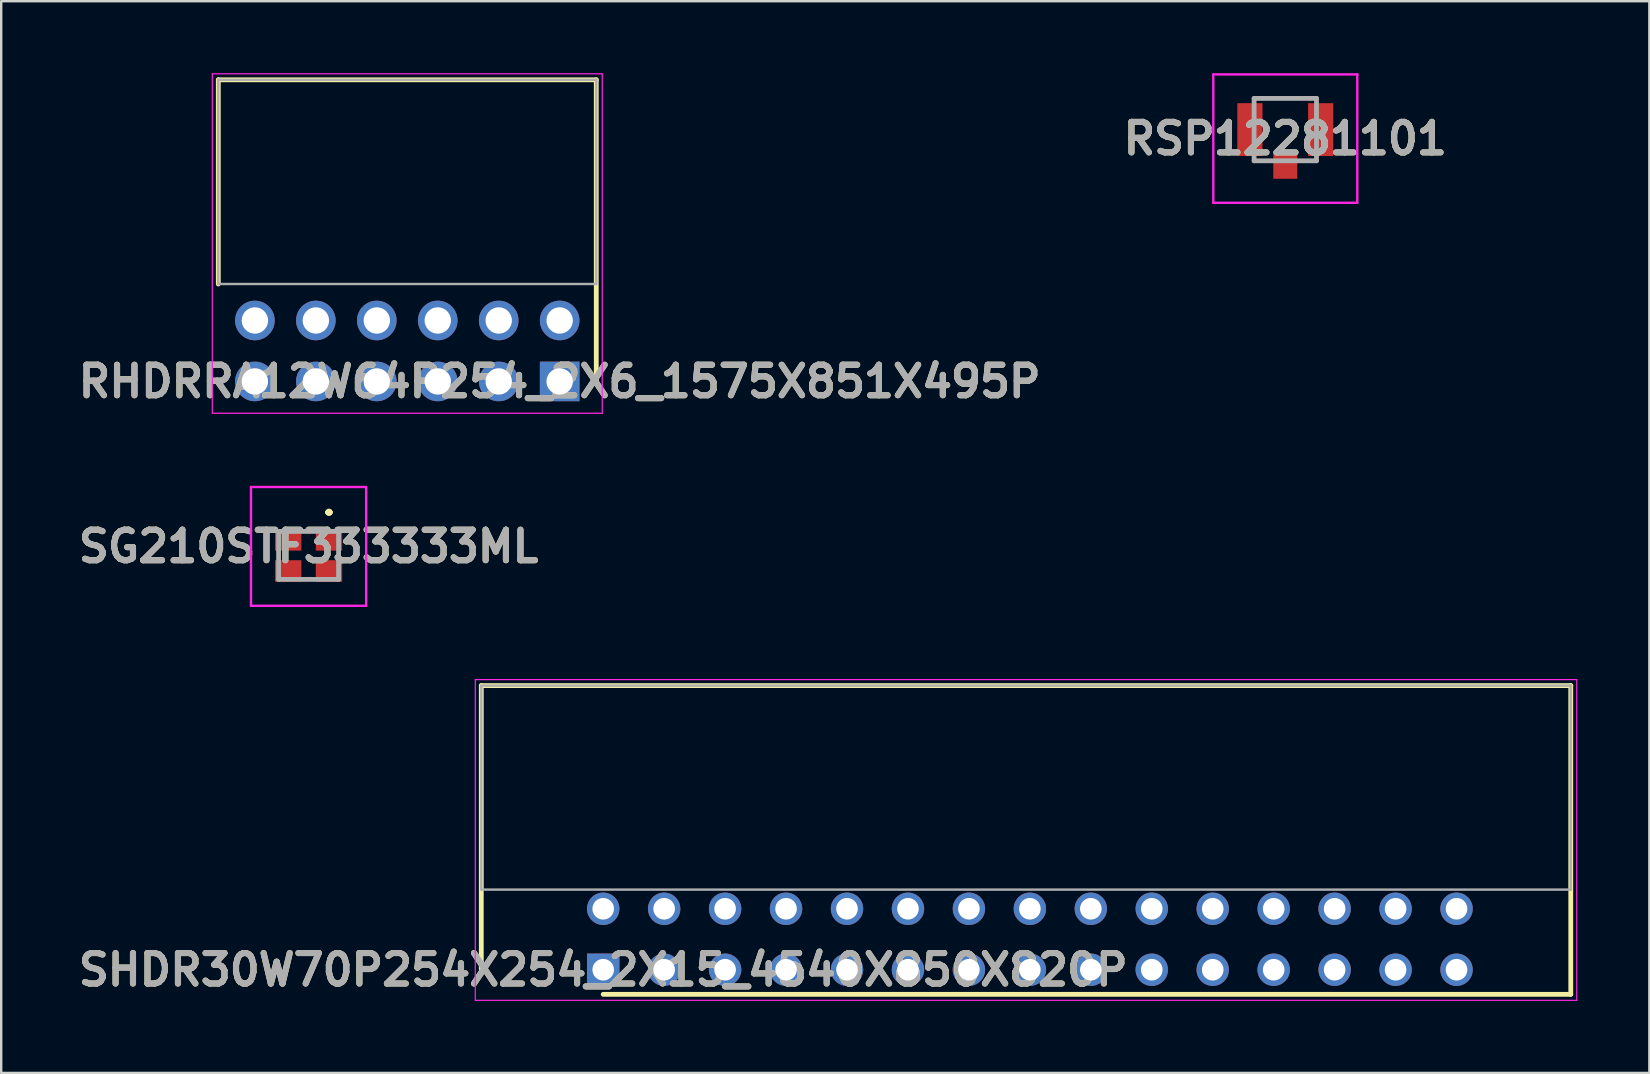
<source format=kicad_pcb>
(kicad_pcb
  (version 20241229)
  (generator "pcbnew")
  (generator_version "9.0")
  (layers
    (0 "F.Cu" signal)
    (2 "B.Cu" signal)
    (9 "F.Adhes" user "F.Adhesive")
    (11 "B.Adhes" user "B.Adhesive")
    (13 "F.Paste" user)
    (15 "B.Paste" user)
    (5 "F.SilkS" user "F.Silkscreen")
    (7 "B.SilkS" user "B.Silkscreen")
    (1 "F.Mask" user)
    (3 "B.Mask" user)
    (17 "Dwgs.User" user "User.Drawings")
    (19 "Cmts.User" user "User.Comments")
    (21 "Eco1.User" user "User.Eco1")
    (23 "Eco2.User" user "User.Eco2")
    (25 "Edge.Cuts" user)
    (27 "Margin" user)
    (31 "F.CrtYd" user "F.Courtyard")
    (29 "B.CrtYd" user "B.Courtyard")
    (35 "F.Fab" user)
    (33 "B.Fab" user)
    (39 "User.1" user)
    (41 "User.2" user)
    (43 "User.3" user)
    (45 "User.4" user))
  (footprint "SHDR30W70P254X254_2X15_4540X850X820P"
    (layer "F.Cu")
    (at 22.086 37.36)
    (property "Reference" "SHDR30W70P254X254_2X15_4540X850X820P" (at 0 0 0) (layer "F.SilkS") (effects (font (size 1.27 1.27) (thickness 0.254))))
    (attr through_hole)
    (fp_line (start -5.08 -11.84) (end -5.08 0) (stroke (width 0.2) (type solid)) (layer "F.SilkS"))
    (fp_line (start 0 1.025) (end 40.32 1.025) (stroke (width 0.2) (type solid)) (layer "F.SilkS"))
    (fp_line (start 40.32 -11.84) (end -5.08 -11.84) (stroke (width 0.2) (type solid)) (layer "F.SilkS"))
    (fp_line (start 40.32 1.025) (end 40.32 -11.84) (stroke (width 0.2) (type solid)) (layer "F.SilkS"))
    (fp_line (start -5.33 -12.09) (end 40.57 -12.09) (stroke (width 0.05) (type solid)) (layer "F.CrtYd"))
    (fp_line (start -5.33 1.275) (end -5.33 -12.09) (stroke (width 0.05) (type solid)) (layer "F.CrtYd"))
    (fp_line (start 40.57 -12.09) (end 40.57 1.275) (stroke (width 0.05) (type solid)) (layer "F.CrtYd"))
    (fp_line (start 40.57 1.275) (end -5.33 1.275) (stroke (width 0.05) (type solid)) (layer "F.CrtYd"))
    (fp_line (start -5.08 -11.84) (end 40.32 -11.84) (stroke (width 0.1) (type solid)) (layer "F.Fab"))
    (fp_line (start -5.08 -3.34) (end -5.08 -11.84) (stroke (width 0.1) (type solid)) (layer "F.Fab"))
    (fp_line (start 40.32 -11.84) (end 40.32 -3.34) (stroke (width 0.1) (type solid)) (layer "F.Fab"))
    (fp_line (start 40.32 -3.34) (end -5.08 -3.34) (stroke (width 0.1) (type solid)) (layer "F.Fab"))
    (fp_text user "${REFERENCE}" (at 0 0 0) (layer "F.Fab") (effects (font (size 1.27 1.27) (thickness 0.254))))
    (pad "1" thru_hole rect (at 0 0) (size 1.35 1.35) (drill 0.9) (layers "*.Cu" "*.Mask"))
    (pad "2" thru_hole circle (at 0 -2.54) (size 1.35 1.35) (drill 0.9) (layers "*.Cu" "*.Mask"))
    (pad "3" thru_hole circle (at 2.54 0) (size 1.35 1.35) (drill 0.9) (layers "*.Cu" "*.Mask"))
    (pad "4" thru_hole circle (at 2.54 -2.54) (size 1.35 1.35) (drill 0.9) (layers "*.Cu" "*.Mask"))
    (pad "5" thru_hole circle (at 5.08 0) (size 1.35 1.35) (drill 0.9) (layers "*.Cu" "*.Mask"))
    (pad "6" thru_hole circle (at 5.08 -2.54) (size 1.35 1.35) (drill 0.9) (layers "*.Cu" "*.Mask"))
    (pad "7" thru_hole circle (at 7.62 0) (size 1.35 1.35) (drill 0.9) (layers "*.Cu" "*.Mask"))
    (pad "8" thru_hole circle (at 7.62 -2.54) (size 1.35 1.35) (drill 0.9) (layers "*.Cu" "*.Mask"))
    (pad "9" thru_hole circle (at 10.16 0) (size 1.35 1.35) (drill 0.9) (layers "*.Cu" "*.Mask"))
    (pad "10" thru_hole circle (at 10.16 -2.54) (size 1.35 1.35) (drill 0.9) (layers "*.Cu" "*.Mask"))
    (pad "11" thru_hole circle (at 12.7 0) (size 1.35 1.35) (drill 0.9) (layers "*.Cu" "*.Mask"))
    (pad "12" thru_hole circle (at 12.7 -2.54) (size 1.35 1.35) (drill 0.9) (layers "*.Cu" "*.Mask"))
    (pad "13" thru_hole circle (at 15.24 0) (size 1.35 1.35) (drill 0.9) (layers "*.Cu" "*.Mask"))
    (pad "14" thru_hole circle (at 15.24 -2.54) (size 1.35 1.35) (drill 0.9) (layers "*.Cu" "*.Mask"))
    (pad "15" thru_hole circle (at 17.78 0) (size 1.35 1.35) (drill 0.9) (layers "*.Cu" "*.Mask"))
    (pad "16" thru_hole circle (at 17.78 -2.54) (size 1.35 1.35) (drill 0.9) (layers "*.Cu" "*.Mask"))
    (pad "17" thru_hole circle (at 20.32 0) (size 1.35 1.35) (drill 0.9) (layers "*.Cu" "*.Mask"))
    (pad "18" thru_hole circle (at 20.32 -2.54) (size 1.35 1.35) (drill 0.9) (layers "*.Cu" "*.Mask"))
    (pad "19" thru_hole circle (at 22.86 0) (size 1.35 1.35) (drill 0.9) (layers "*.Cu" "*.Mask"))
    (pad "20" thru_hole circle (at 22.86 -2.54) (size 1.35 1.35) (drill 0.9) (layers "*.Cu" "*.Mask"))
    (pad "21" thru_hole circle (at 25.4 0) (size 1.35 1.35) (drill 0.9) (layers "*.Cu" "*.Mask"))
    (pad "22" thru_hole circle (at 25.4 -2.54) (size 1.35 1.35) (drill 0.9) (layers "*.Cu" "*.Mask"))
    (pad "23" thru_hole circle (at 27.94 0) (size 1.35 1.35) (drill 0.9) (layers "*.Cu" "*.Mask"))
    (pad "24" thru_hole circle (at 27.94 -2.54) (size 1.35 1.35) (drill 0.9) (layers "*.Cu" "*.Mask"))
    (pad "25" thru_hole circle (at 30.48 0) (size 1.35 1.35) (drill 0.9) (layers "*.Cu" "*.Mask"))
    (pad "26" thru_hole circle (at 30.48 -2.54) (size 1.35 1.35) (drill 0.9) (layers "*.Cu" "*.Mask"))
    (pad "27" thru_hole circle (at 33.02 0) (size 1.35 1.35) (drill 0.9) (layers "*.Cu" "*.Mask"))
    (pad "28" thru_hole circle (at 33.02 -2.54) (size 1.35 1.35) (drill 0.9) (layers "*.Cu" "*.Mask"))
    (pad "29" thru_hole circle (at 35.56 0) (size 1.35 1.35) (drill 0.9) (layers "*.Cu" "*.Mask"))
    (pad "30" thru_hole circle (at 35.56 -2.54) (size 1.35 1.35) (drill 0.9) (layers "*.Cu" "*.Mask")))
  (footprint "SG210STF333333ML"
    (layer "F.Cu")
    (at 9.809 20.095)
    (property "Reference" "SG210STF333333ML" (at 0 -0.375 0) (layer "F.SilkS") (effects (font (size 1.27 1.27) (thickness 0.254))))
    (attr smd)
    (fp_line (start 0.8 -1.8) (end 0.8 -1.8) (stroke (width 0.2) (type solid)) (layer "F.SilkS"))
    (fp_line (start 0.8 -1.8) (end 0.8 -1.8) (stroke (width 0.2) (type solid)) (layer "F.SilkS"))
    (fp_line (start 0.9 -1.8) (end 0.9 -1.8) (stroke (width 0.2) (type solid)) (layer "F.SilkS"))
    (fp_arc (start 0.8 -1.8) (mid 0.85 -1.85) (end 0.9 -1.8) (stroke (width 0.2) (type solid)) (layer "F.SilkS"))
    (fp_arc (start 0.9 -1.8) (mid 0.85 -1.75) (end 0.8 -1.8) (stroke (width 0.2) (type solid)) (layer "F.SilkS"))
    (fp_arc (start 0.9 -1.8) (mid 0.85 -1.75) (end 0.8 -1.8) (stroke (width 0.2) (type solid)) (layer "F.SilkS"))
    (fp_line (start -2.4 -2.85) (end -2.4 2.1) (stroke (width 0.1) (type solid)) (layer "F.CrtYd"))
    (fp_line (start -2.4 2.1) (end 2.4 2.1) (stroke (width 0.1) (type solid)) (layer "F.CrtYd"))
    (fp_line (start 2.4 -2.85) (end -2.4 -2.85) (stroke (width 0.1) (type solid)) (layer "F.CrtYd"))
    (fp_line (start 2.4 2.1) (end 2.4 -2.85) (stroke (width 0.1) (type solid)) (layer "F.CrtYd"))
    (fp_line (start -1.25 -1) (end 1.25 -1) (stroke (width 0.2) (type solid)) (layer "F.Fab"))
    (fp_line (start -1.25 1) (end -1.25 -1) (stroke (width 0.2) (type solid)) (layer "F.Fab"))
    (fp_line (start 1.25 -1) (end 1.25 1) (stroke (width 0.2) (type solid)) (layer "F.Fab"))
    (fp_line (start 1.25 1) (end -1.25 1) (stroke (width 0.2) (type solid)) (layer "F.Fab"))
    (fp_text user "${REFERENCE}" (at 0 -0.375 0) (layer "F.Fab") (effects (font (size 1.27 1.27) (thickness 0.254))))
    (pad "1" smd rect (at 0.85 -0.65 90) (size 0.9 1.1) (layers "F.Cu" "F.Mask" "F.Paste"))
    (pad "2" smd rect (at -0.85 -0.65 90) (size 0.9 1.1) (layers "F.Cu" "F.Mask" "F.Paste"))
    (pad "3" smd rect (at -0.85 0.65 90) (size 0.9 1.1) (layers "F.Cu" "F.Mask" "F.Paste"))
    (pad "4" smd rect (at 0.85 0.65 90) (size 0.9 1.1) (layers "F.Cu" "F.Mask" "F.Paste")))
  (footprint "RSP12281101"
    (layer "F.Cu")
    (at 50.51 2.35)
    (property "Reference" "RSP12281101" (at 0 0.375 0) (layer "F.SilkS") (effects (font (size 1.27 1.27) (thickness 0.254))))
    (attr smd)
    (fp_line (start -1.3 -1.3) (end 1.3 -1.3) (stroke (width 0.1) (type solid)) (layer "F.SilkS"))
    (fp_line (start -3 -2.3) (end 3 -2.3) (stroke (width 0.1) (type solid)) (layer "F.CrtYd"))
    (fp_line (start -3 3.05) (end -3 -2.3) (stroke (width 0.1) (type solid)) (layer "F.CrtYd"))
    (fp_line (start 3 -2.3) (end 3 3.05) (stroke (width 0.1) (type solid)) (layer "F.CrtYd"))
    (fp_line (start 3 3.05) (end -3 3.05) (stroke (width 0.1) (type solid)) (layer "F.CrtYd"))
    (fp_line (start -1.3 -1.3) (end 1.3 -1.3) (stroke (width 0.2) (type solid)) (layer "F.Fab"))
    (fp_line (start -1.3 1.3) (end -1.3 -1.3) (stroke (width 0.2) (type solid)) (layer "F.Fab"))
    (fp_line (start 1.3 -1.3) (end 1.3 1.3) (stroke (width 0.2) (type solid)) (layer "F.Fab"))
    (fp_line (start 1.3 1.3) (end -1.3 1.3) (stroke (width 0.2) (type solid)) (layer "F.Fab"))
    (fp_text user "${REFERENCE}" (at 0 0.375 0) (layer "F.Fab") (effects (font (size 1.27 1.27) (thickness 0.254))))
    (pad "1" smd rect (at 0 1.525) (size 1 1.05) (layers "F.Cu" "F.Mask" "F.Paste"))
    (pad "2" smd rect (at -1.475 0) (size 1.05 2.2) (layers "F.Cu" "F.Mask" "F.Paste"))
    (pad "3" smd rect (at 1.475 0) (size 1.05 2.2) (layers "F.Cu" "F.Mask" "F.Paste")))
  (footprint "RHDRRA12W64P254_2X6_1575X851X495P"
    (layer "F.Cu")
    (at 20.272 12.845)
    (property "Reference" "RHDRRA12W64P254_2X6_1575X851X495P" (at 0 0 0) (layer "F.SilkS") (effects (font (size 1.27 1.27) (thickness 0.254))))
    (attr through_hole)
    (fp_line (start -14.225 -12.57) (end -14.225 -4.06) (stroke (width 0.2) (type solid)) (layer "F.SilkS"))
    (fp_line (start 1.525 -12.57) (end -14.225 -12.57) (stroke (width 0.2) (type solid)) (layer "F.SilkS"))
    (fp_line (start 1.525 0) (end 1.525 -12.57) (stroke (width 0.2) (type solid)) (layer "F.SilkS"))
    (fp_line (start -14.475 -12.82) (end 1.775 -12.82) (stroke (width 0.05) (type solid)) (layer "F.CrtYd"))
    (fp_line (start -14.475 1.325) (end -14.475 -12.82) (stroke (width 0.05) (type solid)) (layer "F.CrtYd"))
    (fp_line (start 1.775 -12.82) (end 1.775 1.325) (stroke (width 0.05) (type solid)) (layer "F.CrtYd"))
    (fp_line (start 1.775 1.325) (end -14.475 1.325) (stroke (width 0.05) (type solid)) (layer "F.CrtYd"))
    (fp_line (start -14.225 -12.57) (end 1.525 -12.57) (stroke (width 0.1) (type solid)) (layer "F.Fab"))
    (fp_line (start -14.225 -4.06) (end -14.225 -12.57) (stroke (width 0.1) (type solid)) (layer "F.Fab"))
    (fp_line (start 1.525 -12.57) (end 1.525 -4.06) (stroke (width 0.1) (type solid)) (layer "F.Fab"))
    (fp_line (start 1.525 -4.06) (end -14.225 -4.06) (stroke (width 0.1) (type solid)) (layer "F.Fab"))
    (fp_text user "${REFERENCE}" (at 0 0 0) (layer "F.Fab") (effects (font (size 1.27 1.27) (thickness 0.254))))
    (pad "1" thru_hole rect (at 0 0) (size 1.65 1.65) (drill 1.1) (layers "*.Cu" "*.Mask"))
    (pad "2" thru_hole circle (at 0 -2.54) (size 1.65 1.65) (drill 1.1) (layers "*.Cu" "*.Mask"))
    (pad "3" thru_hole circle (at -2.54 0) (size 1.65 1.65) (drill 1.1) (layers "*.Cu" "*.Mask"))
    (pad "4" thru_hole circle (at -2.54 -2.54) (size 1.65 1.65) (drill 1.1) (layers "*.Cu" "*.Mask"))
    (pad "5" thru_hole circle (at -5.08 0) (size 1.65 1.65) (drill 1.1) (layers "*.Cu" "*.Mask"))
    (pad "6" thru_hole circle (at -5.08 -2.54) (size 1.65 1.65) (drill 1.1) (layers "*.Cu" "*.Mask"))
    (pad "7" thru_hole circle (at -7.62 0) (size 1.65 1.65) (drill 1.1) (layers "*.Cu" "*.Mask"))
    (pad "8" thru_hole circle (at -7.62 -2.54) (size 1.65 1.65) (drill 1.1) (layers "*.Cu" "*.Mask"))
    (pad "9" thru_hole circle (at -10.16 0) (size 1.65 1.65) (drill 1.1) (layers "*.Cu" "*.Mask"))
    (pad "10" thru_hole circle (at -10.16 -2.54) (size 1.65 1.65) (drill 1.1) (layers "*.Cu" "*.Mask"))
    (pad "11" thru_hole circle (at -12.7 0) (size 1.65 1.65) (drill 1.1) (layers "*.Cu" "*.Mask"))
    (pad "12" thru_hole circle (at -12.7 -2.54) (size 1.65 1.65) (drill 1.1) (layers "*.Cu" "*.Mask")))
  (gr_rect
    (start -3 -3)
    (end 65.681 41.66)
    (stroke (width 0.1) (type default))
    (fill no)
    (layer "Edge.Cuts")))
</source>
